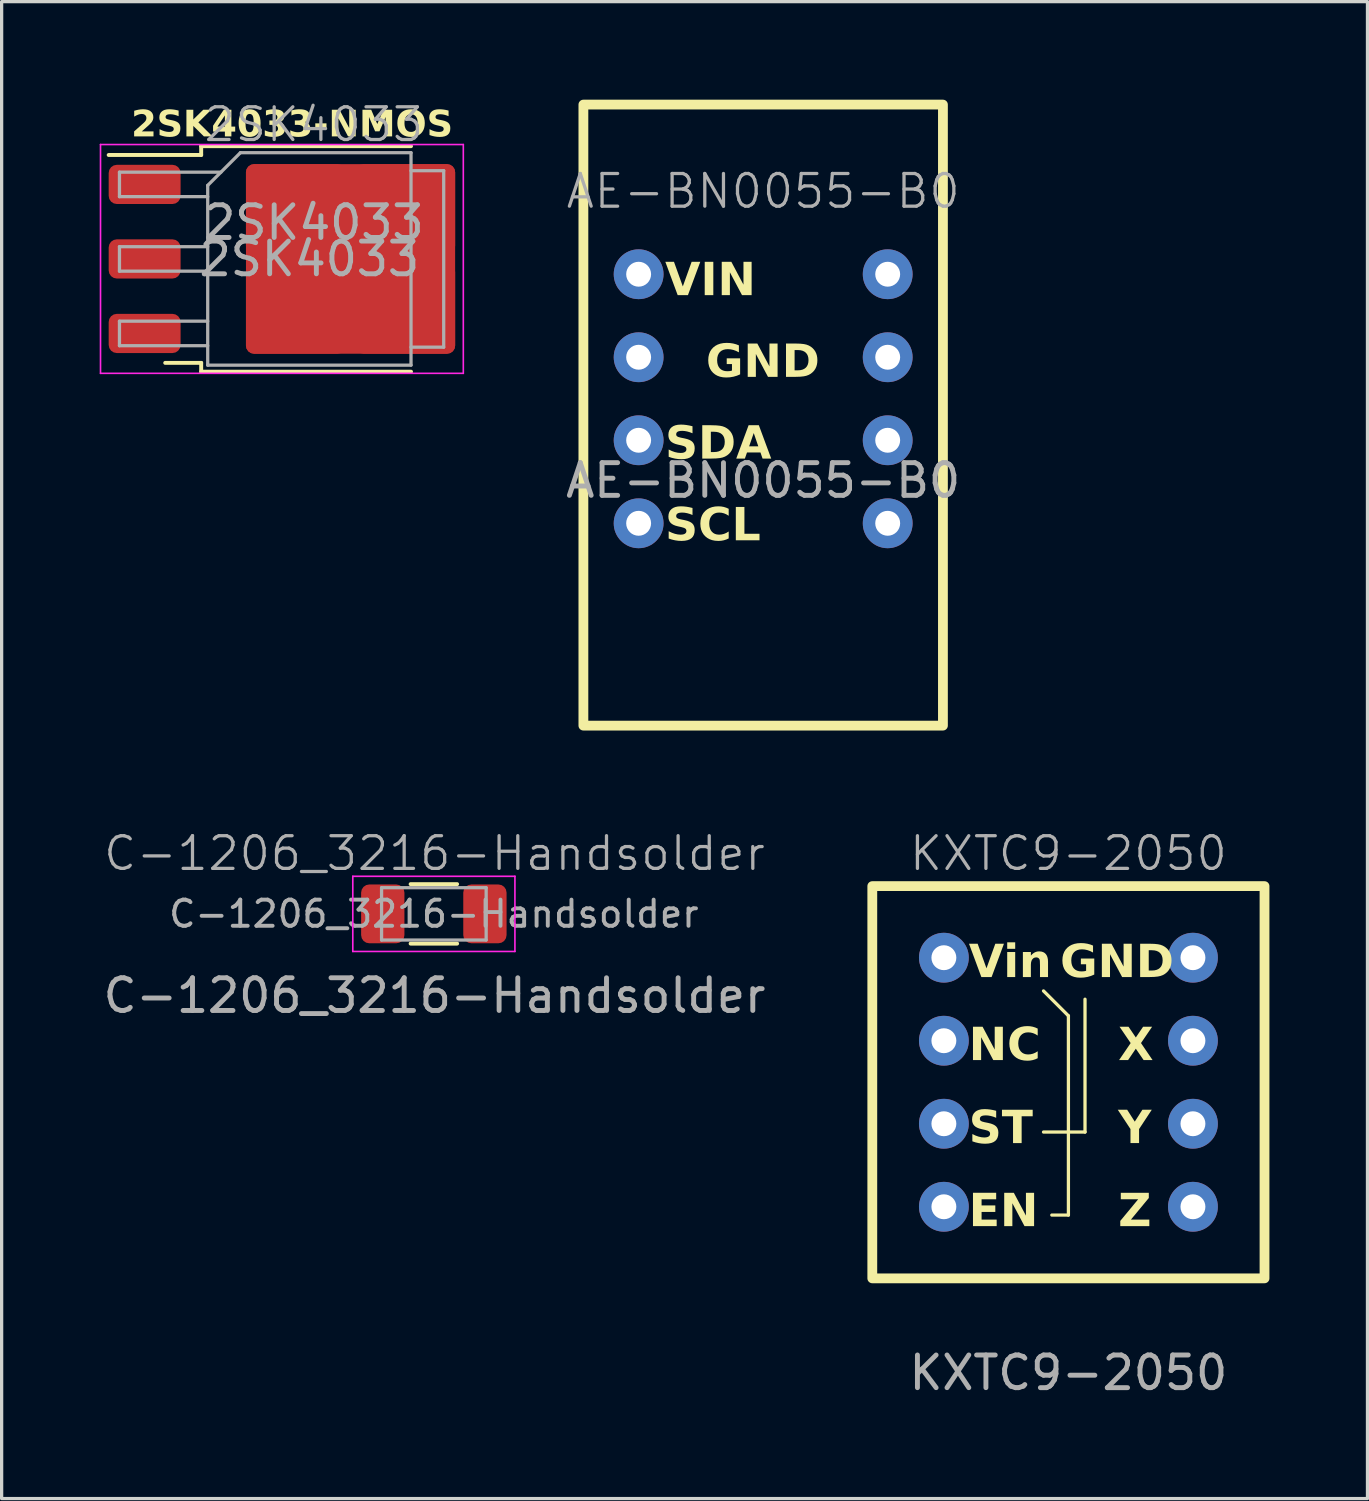
<source format=kicad_pcb>
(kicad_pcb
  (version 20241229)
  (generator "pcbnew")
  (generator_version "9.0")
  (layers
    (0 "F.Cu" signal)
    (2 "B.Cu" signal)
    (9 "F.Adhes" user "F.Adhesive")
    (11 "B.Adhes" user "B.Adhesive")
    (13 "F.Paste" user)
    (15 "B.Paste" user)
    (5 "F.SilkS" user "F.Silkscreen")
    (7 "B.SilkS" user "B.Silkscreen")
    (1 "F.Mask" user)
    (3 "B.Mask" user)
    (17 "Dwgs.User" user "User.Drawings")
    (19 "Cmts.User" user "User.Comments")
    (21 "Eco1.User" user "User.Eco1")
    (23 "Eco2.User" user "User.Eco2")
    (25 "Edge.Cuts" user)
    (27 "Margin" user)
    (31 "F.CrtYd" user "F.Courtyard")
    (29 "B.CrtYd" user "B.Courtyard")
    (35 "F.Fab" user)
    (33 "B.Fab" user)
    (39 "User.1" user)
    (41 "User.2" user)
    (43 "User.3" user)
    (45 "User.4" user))
  (footprint "AE-BN0055-B0"
    (layer "F.Cu")
    (at 20.299 9.15)
    (property "Reference" "AE-BN0055-B0" (at 0 -6.35 0) (unlocked yes) (layer "F.Fab") (effects (font (size 1 1) (thickness 0.1))))
    (attr through_hole)
    (fp_rect (start -5.5 -9) (end 5.5 10) (stroke (width 0.3) (type default)) (fill no) (layer "F.SilkS"))
    (fp_text user "VIN" (at -3 -3 0) (unlocked yes) (layer "F.SilkS") (effects (font (face "Arial Black") (size 1 1) (thickness 0.1)) (justify left bottom)))
    (fp_text user "GND" (at -1.75 -0.5 0) (unlocked yes) (layer "F.SilkS") (effects (font (face "Arial Black") (size 1 1) (thickness 0.1)) (justify left bottom)))
    (fp_text user "SDA" (at -3 2 0) (unlocked yes) (layer "F.SilkS") (effects (font (face "Arial Black") (size 1 1) (thickness 0.1)) (justify left bottom)))
    (fp_text user "SCL" (at -3 4.5 0) (unlocked yes) (layer "F.SilkS") (effects (font (face "Arial Black") (size 1 1) (thickness 0.1)) (justify left bottom)))
    (fp_text user "${REFERENCE}" (at 0 2.5 0) (unlocked yes) (layer "F.Fab") (effects (font (size 1 1) (thickness 0.15))))
    (pad "1" thru_hole circle (at -3.81 -3.81) (size 1.524 1.524) (drill 0.762) (layers "*.Cu" "*.Mask"))
    (pad "2" thru_hole circle (at -3.81 -1.27) (size 1.524 1.524) (drill 0.762) (layers "*.Cu" "*.Mask"))
    (pad "3" thru_hole circle (at -3.81 1.27) (size 1.524 1.524) (drill 0.762) (layers "*.Cu" "*.Mask"))
    (pad "4" thru_hole circle (at -3.81 3.81) (size 1.524 1.524) (drill 0.762) (layers "*.Cu" "*.Mask"))
    (pad "5" thru_hole circle (at 3.81 3.81) (size 1.524 1.524) (drill 0.762) (layers "*.Cu" "*.Mask"))
    (pad "6" thru_hole circle (at 3.81 1.27) (size 1.524 1.524) (drill 0.762) (layers "*.Cu" "*.Mask"))
    (pad "7" thru_hole circle (at 3.81 -1.27) (size 1.524 1.524) (drill 0.762) (layers "*.Cu" "*.Mask"))
    (pad "8" thru_hole circle (at 3.81 -3.81) (size 1.524 1.524) (drill 0.762) (layers "*.Cu" "*.Mask")))
  (footprint "2SK4033"
    (layer "F.Cu")
    (at 6.553 1.26)
    (property "Reference" "2SK4033" (at 0 -0.5 0) (unlocked yes) (layer "F.Fab") (effects (font (size 1 1) (thickness 0.1))))
    (attr smd)
    (fp_line (start -3.448 0.162) (end -3.448 0.432) (stroke (width 0.12) (type solid)) (layer "F.SilkS"))
    (fp_line (start -3.448 0.432) (end -6.278 0.432) (stroke (width 0.12) (type solid)) (layer "F.SilkS"))
    (fp_line (start -3.448 6.792) (end -4.548 6.792) (stroke (width 0.12) (type solid)) (layer "F.SilkS"))
    (fp_line (start -3.448 7.062) (end -3.448 6.792) (stroke (width 0.12) (type solid)) (layer "F.SilkS"))
    (fp_line (start 2.972 0.162) (end -3.448 0.162) (stroke (width 0.12) (type solid)) (layer "F.SilkS"))
    (fp_line (start 2.972 7.062) (end -3.448 7.062) (stroke (width 0.12) (type solid)) (layer "F.SilkS"))
    (fp_line (start -6.528 0.112) (end -6.528 7.112) (stroke (width 0.05) (type solid)) (layer "F.CrtYd"))
    (fp_line (start -6.528 7.112) (end 4.572 7.112) (stroke (width 0.05) (type solid)) (layer "F.CrtYd"))
    (fp_line (start 4.572 0.112) (end -6.528 0.112) (stroke (width 0.05) (type solid)) (layer "F.CrtYd"))
    (fp_line (start 4.572 7.112) (end 4.572 0.112) (stroke (width 0.05) (type solid)) (layer "F.CrtYd"))
    (fp_line (start -5.948 0.957) (end -5.948 1.707) (stroke (width 0.1) (type solid)) (layer "F.Fab"))
    (fp_line (start -5.948 1.707) (end -3.248 1.707) (stroke (width 0.1) (type solid)) (layer "F.Fab"))
    (fp_line (start -5.948 3.237) (end -5.948 3.987) (stroke (width 0.1) (type solid)) (layer "F.Fab"))
    (fp_line (start -5.948 3.987) (end -3.248 3.987) (stroke (width 0.1) (type solid)) (layer "F.Fab"))
    (fp_line (start -5.948 5.517) (end -5.948 6.267) (stroke (width 0.1) (type solid)) (layer "F.Fab"))
    (fp_line (start -5.948 6.267) (end -3.248 6.267) (stroke (width 0.1) (type solid)) (layer "F.Fab"))
    (fp_line (start -3.248 1.362) (end -2.248 0.362) (stroke (width 0.1) (type solid)) (layer "F.Fab"))
    (fp_line (start -3.248 3.237) (end -5.948 3.237) (stroke (width 0.1) (type solid)) (layer "F.Fab"))
    (fp_line (start -3.248 5.517) (end -5.948 5.517) (stroke (width 0.1) (type solid)) (layer "F.Fab"))
    (fp_line (start -3.248 6.862) (end -3.248 1.362) (stroke (width 0.1) (type solid)) (layer "F.Fab"))
    (fp_line (start -2.843 0.957) (end -5.948 0.957) (stroke (width 0.1) (type solid)) (layer "F.Fab"))
    (fp_line (start -2.248 0.362) (end 2.972 0.362) (stroke (width 0.1) (type solid)) (layer "F.Fab"))
    (fp_line (start 2.972 0.362) (end 2.972 6.862) (stroke (width 0.1) (type solid)) (layer "F.Fab"))
    (fp_line (start 2.972 0.912) (end 3.972 0.912) (stroke (width 0.1) (type solid)) (layer "F.Fab"))
    (fp_line (start 2.972 6.862) (end -3.248 6.862) (stroke (width 0.1) (type solid)) (layer "F.Fab"))
    (fp_line (start 3.972 0.912) (end 3.972 6.312) (stroke (width 0.1) (type solid)) (layer "F.Fab"))
    (fp_line (start 3.972 6.312) (end 2.972 6.312) (stroke (width 0.1) (type solid)) (layer "F.Fab"))
    (fp_text user "2SK4033-NMOS" (at -5.588 0 0) (unlocked yes) (layer "F.SilkS") (effects (font (face "Arial Black") (size 0.8 0.8) (thickness 0.1)) (justify left bottom)))
    (fp_text user "${REFERENCE}" (at 0 2.5 0) (unlocked yes) (layer "F.Fab") (effects (font (size 1 1) (thickness 0.15))))
    (fp_text user "${REFERENCE}" (at -0.138 3.612 0) (layer "F.Fab") (effects (font (size 1 1) (thickness 0.15))))
    (pad "1" smd roundrect (at -5.178 3.612) (size 2.2 1.2) (layers "F.Cu" "F.Mask" "F.Paste") (roundrect_rratio 0.208))
    (pad "1" smd roundrect (at -0.553 2.087) (size 3.05 2.75) (layers "F.Cu" "F.Paste") (roundrect_rratio 0.091))
    (pad "1" smd roundrect (at -0.553 5.137) (size 3.05 2.75) (layers "F.Cu" "F.Paste") (roundrect_rratio 0.091))
    (pad "1" smd roundrect (at 1.122 3.612) (size 6.4 5.8) (layers "F.Cu" "F.Mask") (roundrect_rratio 0.043))
    (pad "1" smd roundrect (at 2.797 2.087) (size 3.05 2.75) (layers "F.Cu" "F.Paste") (roundrect_rratio 0.091))
    (pad "1" smd roundrect (at 2.797 5.137) (size 3.05 2.75) (layers "F.Cu" "F.Paste") (roundrect_rratio 0.091))
    (pad "2" smd roundrect (at -5.178 1.332) (size 2.2 1.2) (layers "F.Cu" "F.Mask" "F.Paste") (roundrect_rratio 0.208))
    (pad "3" smd roundrect (at -5.178 5.892) (size 2.2 1.2) (layers "F.Cu" "F.Mask" "F.Paste") (roundrect_rratio 0.208)))
  (footprint "C-1206_3216-Handsolder"
    (layer "F.Cu")
    (at 10.244 24.91)
    (property "Reference" "C-1206_3216-Handsolder" (at 0 -1.85 0) (unlocked yes) (layer "F.Fab") (effects (font (size 1 1) (thickness 0.1))))
    (attr smd)
    (fp_line (start -0.731 -0.91) (end 0.691 -0.91) (stroke (width 0.12) (type solid)) (layer "F.SilkS"))
    (fp_line (start -0.731 0.91) (end 0.691 0.91) (stroke (width 0.12) (type solid)) (layer "F.SilkS"))
    (fp_line (start -2.5 -1.15) (end 2.46 -1.15) (stroke (width 0.05) (type solid)) (layer "F.CrtYd"))
    (fp_line (start -2.5 1.15) (end -2.5 -1.15) (stroke (width 0.05) (type solid)) (layer "F.CrtYd"))
    (fp_line (start 2.46 -1.15) (end 2.46 1.15) (stroke (width 0.05) (type solid)) (layer "F.CrtYd"))
    (fp_line (start 2.46 1.15) (end -2.5 1.15) (stroke (width 0.05) (type solid)) (layer "F.CrtYd"))
    (fp_line (start -1.62 -0.8) (end 1.58 -0.8) (stroke (width 0.1) (type solid)) (layer "F.Fab"))
    (fp_line (start -1.62 0.8) (end -1.62 -0.8) (stroke (width 0.1) (type solid)) (layer "F.Fab"))
    (fp_line (start 1.58 -0.8) (end 1.58 0.8) (stroke (width 0.1) (type solid)) (layer "F.Fab"))
    (fp_line (start 1.58 0.8) (end -1.62 0.8) (stroke (width 0.1) (type solid)) (layer "F.Fab"))
    (fp_text user "${REFERENCE}" (at 0 2.5 0) (unlocked yes) (layer "F.Fab") (effects (font (size 1 1) (thickness 0.15))))
    (fp_text user "${REFERENCE}" (at -0.02 0 0) (layer "F.Fab") (effects (font (size 0.8 0.8) (thickness 0.12))))
    (pad "1" smd roundrect (at -1.583 0) (size 1.325 1.8) (layers "F.Cu" "F.Mask" "F.Paste") (roundrect_rratio 0.189))
    (pad "2" smd roundrect (at 1.542 0) (size 1.325 1.8) (layers "F.Cu" "F.Mask" "F.Paste") (roundrect_rratio 0.189)))
  (footprint "KXTC9-2050"
    (layer "F.Cu")
    (at 29.638 30.061)
    (property "Reference" "KXTC9-2050" (at 0 -7 0) (unlocked yes) (layer "F.Fab") (effects (font (size 1 1) (thickness 0.1))))
    (attr through_hole)
    (fp_line (start -0.762 1.524) (end 0.508 1.524) (stroke (width 0.1) (type default)) (layer "F.SilkS"))
    (fp_line (start -0.508 4.064) (end 0 4.064) (stroke (width 0.1) (type default)) (layer "F.SilkS"))
    (fp_line (start 0 -2.032) (end -0.762 -2.794) (stroke (width 0.1) (type default)) (layer "F.SilkS"))
    (fp_line (start 0 4.064) (end 0 -2.032) (stroke (width 0.1) (type default)) (layer "F.SilkS"))
    (fp_line (start 0.508 1.524) (end 0.508 -2.54) (stroke (width 0.1) (type default)) (layer "F.SilkS"))
    (fp_rect (start -6 -6) (end 6 6) (stroke (width 0.3) (type default)) (fill no) (layer "F.SilkS"))
    (fp_text user "X" (at 1.524 -0.508 0) (unlocked yes) (layer "F.SilkS") (effects (font (face "Arial Black") (size 1 1) (thickness 0.1)) (justify left bottom)))
    (fp_text user "Vin" (at -3.048 -3.048 0) (unlocked yes) (layer "F.SilkS") (effects (font (face "Arial Black") (size 1 1) (thickness 0.1)) (justify left bottom)))
    (fp_text user "ST" (at -3.048 2.032 0) (unlocked yes) (layer "F.SilkS") (effects (font (face "Arial Black") (size 1 1) (thickness 0.1)) (justify left bottom)))
    (fp_text user "GND" (at -0.254 -3.048 0) (unlocked yes) (layer "F.SilkS") (effects (font (face "Arial Black") (size 1 1) (thickness 0.1)) (justify left bottom)))
    (fp_text user "EN" (at -3.048 4.572 0) (unlocked yes) (layer "F.SilkS") (effects (font (face "Arial Black") (size 1 1) (thickness 0.1)) (justify left bottom)))
    (fp_text user "Y" (at 1.524 2.032 0) (unlocked yes) (layer "F.SilkS") (effects (font (face "Arial Black") (size 1 1) (thickness 0.1)) (justify left bottom)))
    (fp_text user "Z" (at 1.524 4.572 0) (unlocked yes) (layer "F.SilkS") (effects (font (face "Arial Black") (size 1 1) (thickness 0.1)) (justify left bottom)))
    (fp_text user "NC" (at -3.048 -0.508 0) (unlocked yes) (layer "F.SilkS") (effects (font (face "Arial Black") (size 1 1) (thickness 0.1)) (justify left bottom)))
    (fp_text user "${REFERENCE}" (at 0 8.89 0) (unlocked yes) (layer "F.Fab") (effects (font (size 1 1) (thickness 0.15))))
    (pad "1" thru_hole circle (at -3.81 -3.81) (size 1.524 1.524) (drill 0.762) (layers "*.Cu" "*.Mask"))
    (pad "2" thru_hole circle (at -3.81 -1.27) (size 1.524 1.524) (drill 0.762) (layers "*.Cu" "*.Mask"))
    (pad "3" thru_hole circle (at -3.81 1.27) (size 1.524 1.524) (drill 0.762) (layers "*.Cu" "*.Mask"))
    (pad "4" thru_hole circle (at -3.81 3.81) (size 1.524 1.524) (drill 0.762) (layers "*.Cu" "*.Mask"))
    (pad "5" thru_hole circle (at 3.81 -3.81) (size 1.524 1.524) (drill 0.762) (layers "*.Cu" "*.Mask"))
    (pad "6" thru_hole circle (at 3.81 -1.27) (size 1.524 1.524) (drill 0.762) (layers "*.Cu" "*.Mask"))
    (pad "7" thru_hole circle (at 3.81 1.27) (size 1.524 1.524) (drill 0.762) (layers "*.Cu" "*.Mask"))
    (pad "8" thru_hole circle (at 3.81 3.81) (size 1.524 1.524) (drill 0.762) (layers "*.Cu" "*.Mask")))
  (gr_rect
    (start -3 -3)
    (end 38.788 42.799)
    (stroke (width 0.1) (type default))
    (fill no)
    (layer "Edge.Cuts")))
</source>
